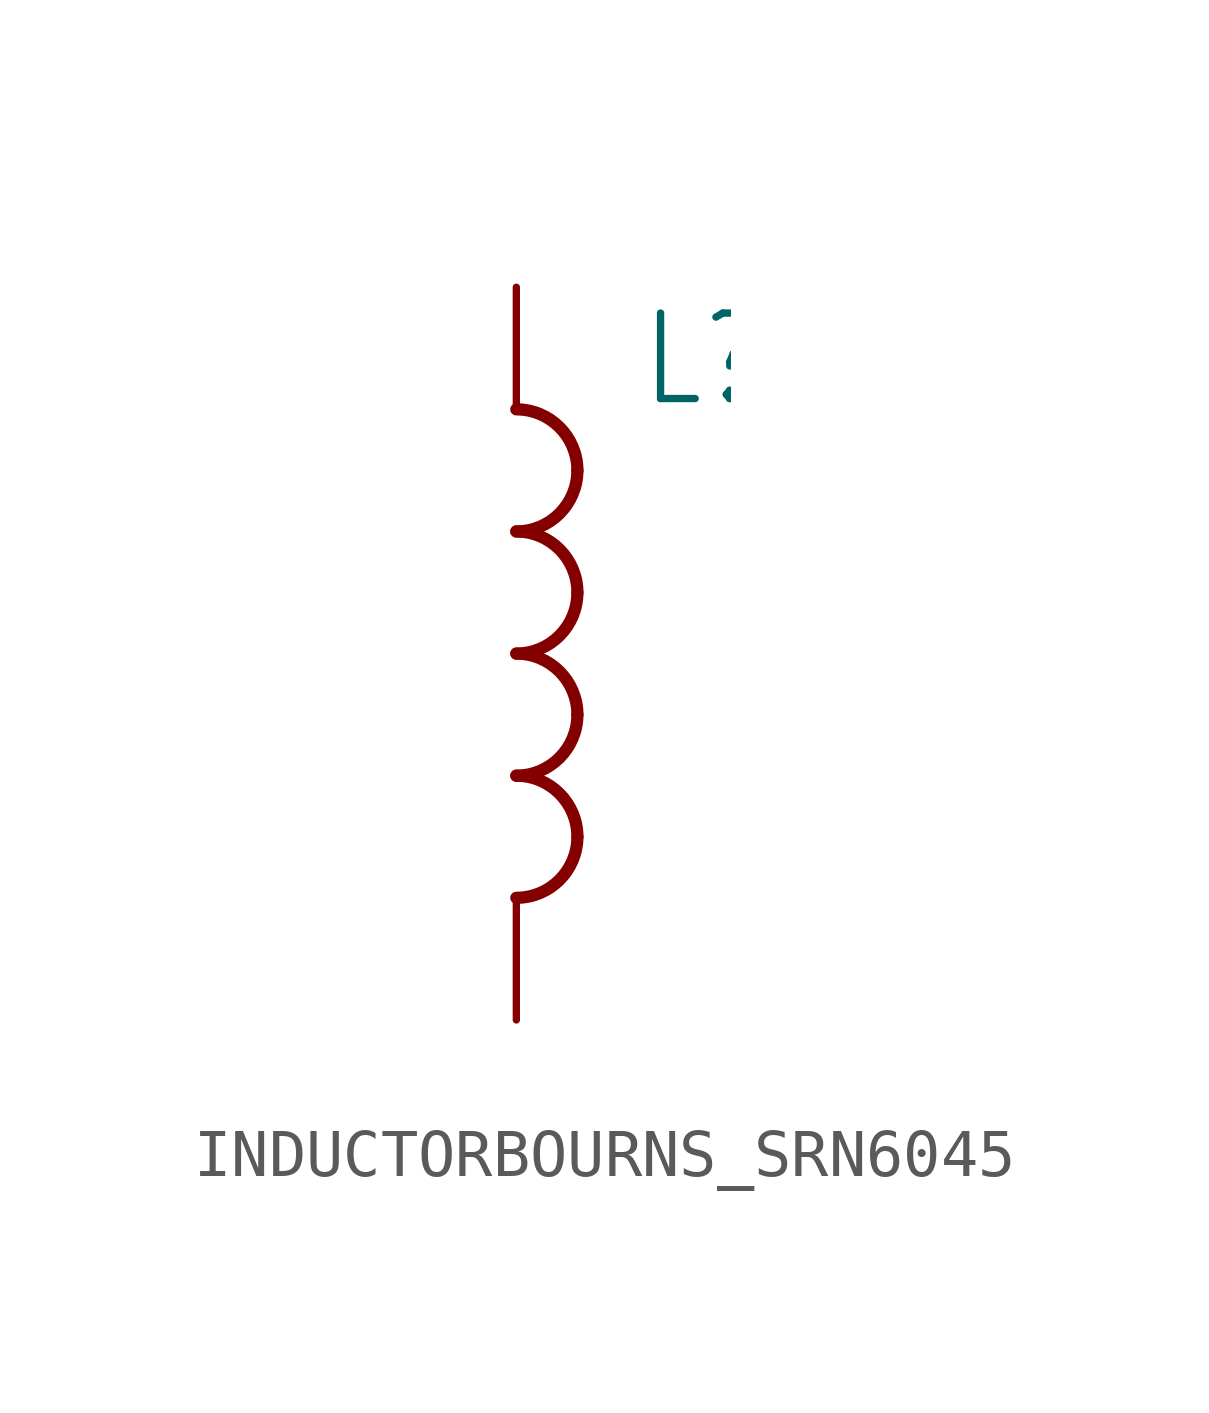
<source format=kicad_sym>
(kicad_symbol_lib
  (version 20220914)
  (generator kicad_symbol_editor)
  (symbol "INDUCTORBOURNS_SRN6045"
    (property "Reference" "L"
      (at 2.54 5.08 0)
      (effects (font (size 1.778 1.511)) (justify left bottom)))
    (property "Value" ""
      (at 2.54 -5.08 0)
      (effects (font (size 1.778 1.511)) (justify left bottom)))
    (property "ki_locked" ""
      (at 0 0 0)
      (effects (font (size 1.27 1.27))))
    (symbol "INDUCTORBOURNS_SRN6045_1_0"
      (arc (start 0 -5.08) (mid 0.898 -4.708) (end 1.27 -3.81) (stroke (width 0.254) (type solid)) (fill (type none)))
      (arc (start 0 -2.54) (mid 0.898 -2.168) (end 1.27 -1.27) (stroke (width 0.254) (type solid)) (fill (type none)))
      (arc (start 0 0) (mid 0.898 0.372) (end 1.27 1.27) (stroke (width 0.254) (type solid)) (fill (type none)))
      (arc (start 0 2.54) (mid 0.898 2.912) (end 1.27 3.81) (stroke (width 0.254) (type solid)) (fill (type none)))
      (arc (start 1.27 -3.81) (mid 0.898 -2.912) (end 0 -2.54) (stroke (width 0.254) (type solid)) (fill (type none)))
      (arc (start 1.27 -1.27) (mid 0.898 -0.372) (end 0 0) (stroke (width 0.254) (type solid)) (fill (type none)))
      (arc (start 1.27 1.27) (mid 0.898 2.168) (end 0 2.54) (stroke (width 0.254) (type solid)) (fill (type none)))
      (arc (start 1.27 3.81) (mid 0.898 4.708) (end 0 5.08) (stroke (width 0.254) (type solid)) (fill (type none)))
      (pin passive line (at 0 7.62 270) (length 2.54) (name "1" (effects (font (size 0 0)))) (number "1" (effects (font (size 0 0)))))
      (pin passive line (at 0 -7.62 90) (length 2.54) (name "2" (effects (font (size 0 0)))) (number "2" (effects (font (size 0 0))))))))
</source>
